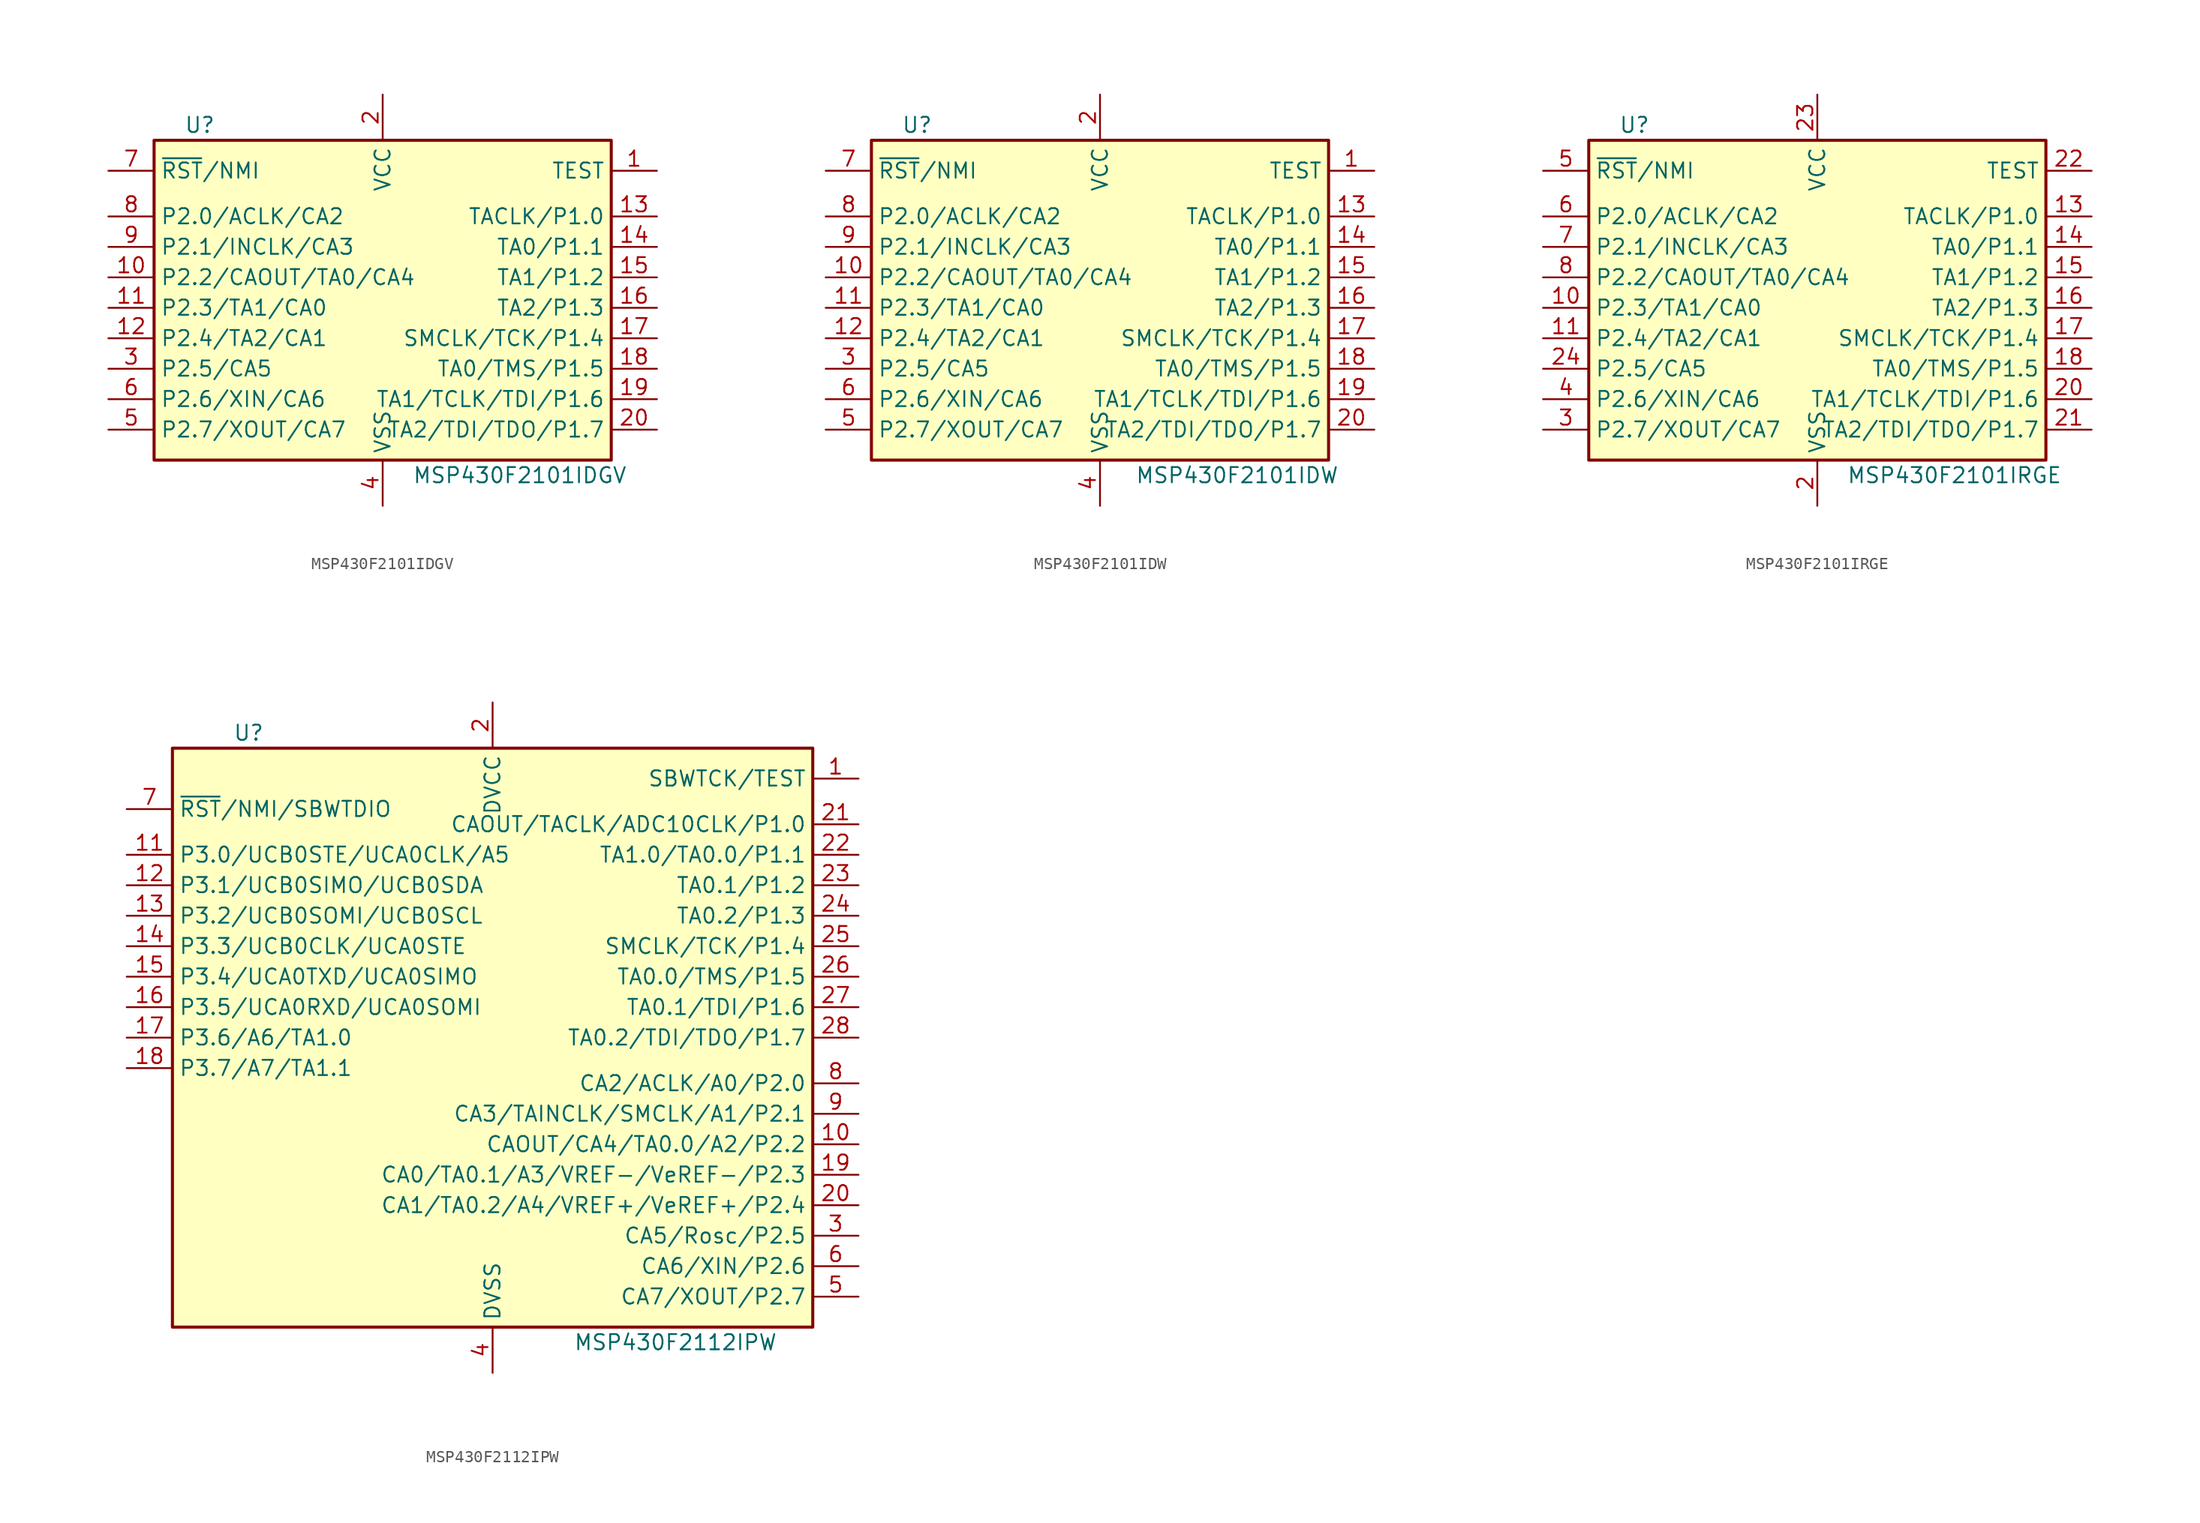
<source format=kicad_sym>
(kicad_symbol_lib
  (version 20241209)
  (generator "kicad_symbol_editor")
  (generator_version "9.0")
  (symbol "MSP430F2101IDGV"
    (property "Reference" "U"
      (at -15.24 15.24 0)
      (effects (font (size 1.27 1.27))))
    (property "Value" "MSP430F2101IDGV"
      (at 11.43 -13.97 0)
      (effects (font (size 1.27 1.27))))
    (symbol "MSP430F2101IDGV_0_1"
      (rectangle (start -19.05 13.97) (end 19.05 -12.7) (stroke (width 0.254) (type default)) (fill (type background))))
    (symbol "MSP430F2101IDGV_1_1"
      (pin input line (at -22.86 11.43 0) (length 3.81) (name "~{RST}/NMI" (effects (font (size 1.27 1.27)))) (number "7" (effects (font (size 1.27 1.27)))))
      (pin bidirectional line (at -22.86 7.62 0) (length 3.81) (name "P2.0/ACLK/CA2" (effects (font (size 1.27 1.27)))) (number "8" (effects (font (size 1.27 1.27)))))
      (pin bidirectional line (at -22.86 5.08 0) (length 3.81) (name "P2.1/INCLK/CA3" (effects (font (size 1.27 1.27)))) (number "9" (effects (font (size 1.27 1.27)))))
      (pin bidirectional line (at -22.86 2.54 0) (length 3.81) (name "P2.2/CAOUT/TA0/CA4" (effects (font (size 1.27 1.27)))) (number "10" (effects (font (size 1.27 1.27)))))
      (pin bidirectional line (at -22.86 0 0) (length 3.81) (name "P2.3/TA1/CA0" (effects (font (size 1.27 1.27)))) (number "11" (effects (font (size 1.27 1.27)))))
      (pin bidirectional line (at -22.86 -2.54 0) (length 3.81) (name "P2.4/TA2/CA1" (effects (font (size 1.27 1.27)))) (number "12" (effects (font (size 1.27 1.27)))))
      (pin bidirectional line (at -22.86 -5.08 0) (length 3.81) (name "P2.5/CA5" (effects (font (size 1.27 1.27)))) (number "3" (effects (font (size 1.27 1.27)))))
      (pin bidirectional line (at -22.86 -7.62 0) (length 3.81) (name "P2.6/XIN/CA6" (effects (font (size 1.27 1.27)))) (number "6" (effects (font (size 1.27 1.27)))))
      (pin bidirectional line (at -22.86 -10.16 0) (length 3.81) (name "P2.7/XOUT/CA7" (effects (font (size 1.27 1.27)))) (number "5" (effects (font (size 1.27 1.27)))))
      (pin power_in line (at 0 17.78 270) (length 3.81) (name "VCC" (effects (font (size 1.27 1.27)))) (number "2" (effects (font (size 1.27 1.27)))))
      (pin power_in line (at 0 -16.51 90) (length 3.81) (name "VSS" (effects (font (size 1.27 1.27)))) (number "4" (effects (font (size 1.27 1.27)))))
      (pin input line (at 22.86 11.43 180) (length 3.81) (name "TEST" (effects (font (size 1.27 1.27)))) (number "1" (effects (font (size 1.27 1.27)))))
      (pin bidirectional line (at 22.86 7.62 180) (length 3.81) (name "TACLK/P1.0" (effects (font (size 1.27 1.27)))) (number "13" (effects (font (size 1.27 1.27)))))
      (pin bidirectional line (at 22.86 5.08 180) (length 3.81) (name "TA0/P1.1" (effects (font (size 1.27 1.27)))) (number "14" (effects (font (size 1.27 1.27)))))
      (pin bidirectional line (at 22.86 2.54 180) (length 3.81) (name "TA1/P1.2" (effects (font (size 1.27 1.27)))) (number "15" (effects (font (size 1.27 1.27)))))
      (pin bidirectional line (at 22.86 0 180) (length 3.81) (name "TA2/P1.3" (effects (font (size 1.27 1.27)))) (number "16" (effects (font (size 1.27 1.27)))))
      (pin bidirectional line (at 22.86 -2.54 180) (length 3.81) (name "SMCLK/TCK/P1.4" (effects (font (size 1.27 1.27)))) (number "17" (effects (font (size 1.27 1.27)))))
      (pin bidirectional line (at 22.86 -5.08 180) (length 3.81) (name "TA0/TMS/P1.5" (effects (font (size 1.27 1.27)))) (number "18" (effects (font (size 1.27 1.27)))))
      (pin bidirectional line (at 22.86 -7.62 180) (length 3.81) (name "TA1/TCLK/TDI/P1.6" (effects (font (size 1.27 1.27)))) (number "19" (effects (font (size 1.27 1.27)))))
      (pin bidirectional line (at 22.86 -10.16 180) (length 3.81) (name "TA2/TDI/TDO/P1.7" (effects (font (size 1.27 1.27)))) (number "20" (effects (font (size 1.27 1.27)))))))
  (symbol "MSP430F2101IDW"
    (property "Reference" "U"
      (at -15.24 15.24 0)
      (effects (font (size 1.27 1.27))))
    (property "Value" "MSP430F2101IDW"
      (at 11.43 -13.97 0)
      (effects (font (size 1.27 1.27))))
    (symbol "MSP430F2101IDW_0_1"
      (rectangle (start -19.05 13.97) (end 19.05 -12.7) (stroke (width 0.254) (type default)) (fill (type background))))
    (symbol "MSP430F2101IDW_1_1"
      (pin input line (at -22.86 11.43 0) (length 3.81) (name "~{RST}/NMI" (effects (font (size 1.27 1.27)))) (number "7" (effects (font (size 1.27 1.27)))))
      (pin bidirectional line (at -22.86 7.62 0) (length 3.81) (name "P2.0/ACLK/CA2" (effects (font (size 1.27 1.27)))) (number "8" (effects (font (size 1.27 1.27)))))
      (pin bidirectional line (at -22.86 5.08 0) (length 3.81) (name "P2.1/INCLK/CA3" (effects (font (size 1.27 1.27)))) (number "9" (effects (font (size 1.27 1.27)))))
      (pin bidirectional line (at -22.86 2.54 0) (length 3.81) (name "P2.2/CAOUT/TA0/CA4" (effects (font (size 1.27 1.27)))) (number "10" (effects (font (size 1.27 1.27)))))
      (pin bidirectional line (at -22.86 0 0) (length 3.81) (name "P2.3/TA1/CA0" (effects (font (size 1.27 1.27)))) (number "11" (effects (font (size 1.27 1.27)))))
      (pin bidirectional line (at -22.86 -2.54 0) (length 3.81) (name "P2.4/TA2/CA1" (effects (font (size 1.27 1.27)))) (number "12" (effects (font (size 1.27 1.27)))))
      (pin bidirectional line (at -22.86 -5.08 0) (length 3.81) (name "P2.5/CA5" (effects (font (size 1.27 1.27)))) (number "3" (effects (font (size 1.27 1.27)))))
      (pin bidirectional line (at -22.86 -7.62 0) (length 3.81) (name "P2.6/XIN/CA6" (effects (font (size 1.27 1.27)))) (number "6" (effects (font (size 1.27 1.27)))))
      (pin bidirectional line (at -22.86 -10.16 0) (length 3.81) (name "P2.7/XOUT/CA7" (effects (font (size 1.27 1.27)))) (number "5" (effects (font (size 1.27 1.27)))))
      (pin power_in line (at 0 17.78 270) (length 3.81) (name "VCC" (effects (font (size 1.27 1.27)))) (number "2" (effects (font (size 1.27 1.27)))))
      (pin power_in line (at 0 -16.51 90) (length 3.81) (name "VSS" (effects (font (size 1.27 1.27)))) (number "4" (effects (font (size 1.27 1.27)))))
      (pin input line (at 22.86 11.43 180) (length 3.81) (name "TEST" (effects (font (size 1.27 1.27)))) (number "1" (effects (font (size 1.27 1.27)))))
      (pin bidirectional line (at 22.86 7.62 180) (length 3.81) (name "TACLK/P1.0" (effects (font (size 1.27 1.27)))) (number "13" (effects (font (size 1.27 1.27)))))
      (pin bidirectional line (at 22.86 5.08 180) (length 3.81) (name "TA0/P1.1" (effects (font (size 1.27 1.27)))) (number "14" (effects (font (size 1.27 1.27)))))
      (pin bidirectional line (at 22.86 2.54 180) (length 3.81) (name "TA1/P1.2" (effects (font (size 1.27 1.27)))) (number "15" (effects (font (size 1.27 1.27)))))
      (pin bidirectional line (at 22.86 0 180) (length 3.81) (name "TA2/P1.3" (effects (font (size 1.27 1.27)))) (number "16" (effects (font (size 1.27 1.27)))))
      (pin bidirectional line (at 22.86 -2.54 180) (length 3.81) (name "SMCLK/TCK/P1.4" (effects (font (size 1.27 1.27)))) (number "17" (effects (font (size 1.27 1.27)))))
      (pin bidirectional line (at 22.86 -5.08 180) (length 3.81) (name "TA0/TMS/P1.5" (effects (font (size 1.27 1.27)))) (number "18" (effects (font (size 1.27 1.27)))))
      (pin bidirectional line (at 22.86 -7.62 180) (length 3.81) (name "TA1/TCLK/TDI/P1.6" (effects (font (size 1.27 1.27)))) (number "19" (effects (font (size 1.27 1.27)))))
      (pin bidirectional line (at 22.86 -10.16 180) (length 3.81) (name "TA2/TDI/TDO/P1.7" (effects (font (size 1.27 1.27)))) (number "20" (effects (font (size 1.27 1.27)))))))
  (symbol "MSP430F2101IRGE"
    (property "Reference" "U"
      (at -15.24 15.24 0)
      (effects (font (size 1.27 1.27))))
    (property "Value" "MSP430F2101IRGE"
      (at 11.43 -13.97 0)
      (effects (font (size 1.27 1.27))))
    (symbol "MSP430F2101IRGE_0_1"
      (rectangle (start -19.05 13.97) (end 19.05 -12.7) (stroke (width 0.254) (type default)) (fill (type background))))
    (symbol "MSP430F2101IRGE_1_1"
      (pin input line (at -22.86 11.43 0) (length 3.81) (name "~{RST}/NMI" (effects (font (size 1.27 1.27)))) (number "5" (effects (font (size 1.27 1.27)))))
      (pin bidirectional line (at -22.86 7.62 0) (length 3.81) (name "P2.0/ACLK/CA2" (effects (font (size 1.27 1.27)))) (number "6" (effects (font (size 1.27 1.27)))))
      (pin bidirectional line (at -22.86 5.08 0) (length 3.81) (name "P2.1/INCLK/CA3" (effects (font (size 1.27 1.27)))) (number "7" (effects (font (size 1.27 1.27)))))
      (pin bidirectional line (at -22.86 2.54 0) (length 3.81) (name "P2.2/CAOUT/TA0/CA4" (effects (font (size 1.27 1.27)))) (number "8" (effects (font (size 1.27 1.27)))))
      (pin bidirectional line (at -22.86 0 0) (length 3.81) (name "P2.3/TA1/CA0" (effects (font (size 1.27 1.27)))) (number "10" (effects (font (size 1.27 1.27)))))
      (pin bidirectional line (at -22.86 -2.54 0) (length 3.81) (name "P2.4/TA2/CA1" (effects (font (size 1.27 1.27)))) (number "11" (effects (font (size 1.27 1.27)))))
      (pin bidirectional line (at -22.86 -5.08 0) (length 3.81) (name "P2.5/CA5" (effects (font (size 1.27 1.27)))) (number "24" (effects (font (size 1.27 1.27)))))
      (pin bidirectional line (at -22.86 -7.62 0) (length 3.81) (name "P2.6/XIN/CA6" (effects (font (size 1.27 1.27)))) (number "4" (effects (font (size 1.27 1.27)))))
      (pin bidirectional line (at -22.86 -10.16 0) (length 3.81) (name "P2.7/XOUT/CA7" (effects (font (size 1.27 1.27)))) (number "3" (effects (font (size 1.27 1.27)))))
      (pin power_in line (at 0 17.78 270) (length 3.81) (name "VCC" (effects (font (size 1.27 1.27)))) (number "23" (effects (font (size 1.27 1.27)))))
      (pin power_in line (at 0 -16.51 90) (length 3.81) (name "VSS" (effects (font (size 1.27 1.27)))) (number "2" (effects (font (size 1.27 1.27)))))
      (pin input line (at 22.86 11.43 180) (length 3.81) (name "TEST" (effects (font (size 1.27 1.27)))) (number "22" (effects (font (size 1.27 1.27)))))
      (pin bidirectional line (at 22.86 7.62 180) (length 3.81) (name "TACLK/P1.0" (effects (font (size 1.27 1.27)))) (number "13" (effects (font (size 1.27 1.27)))))
      (pin bidirectional line (at 22.86 5.08 180) (length 3.81) (name "TA0/P1.1" (effects (font (size 1.27 1.27)))) (number "14" (effects (font (size 1.27 1.27)))))
      (pin bidirectional line (at 22.86 2.54 180) (length 3.81) (name "TA1/P1.2" (effects (font (size 1.27 1.27)))) (number "15" (effects (font (size 1.27 1.27)))))
      (pin bidirectional line (at 22.86 0 180) (length 3.81) (name "TA2/P1.3" (effects (font (size 1.27 1.27)))) (number "16" (effects (font (size 1.27 1.27)))))
      (pin bidirectional line (at 22.86 -2.54 180) (length 3.81) (name "SMCLK/TCK/P1.4" (effects (font (size 1.27 1.27)))) (number "17" (effects (font (size 1.27 1.27)))))
      (pin bidirectional line (at 22.86 -5.08 180) (length 3.81) (name "TA0/TMS/P1.5" (effects (font (size 1.27 1.27)))) (number "18" (effects (font (size 1.27 1.27)))))
      (pin bidirectional line (at 22.86 -7.62 180) (length 3.81) (name "TA1/TCLK/TDI/P1.6" (effects (font (size 1.27 1.27)))) (number "20" (effects (font (size 1.27 1.27)))))
      (pin bidirectional line (at 22.86 -10.16 180) (length 3.81) (name "TA2/TDI/TDO/P1.7" (effects (font (size 1.27 1.27)))) (number "21" (effects (font (size 1.27 1.27)))))))
  (symbol "MSP430F2112IPW"
    (property "Reference" "U"
      (at -20.32 25.4 0)
      (effects (font (size 1.27 1.27))))
    (property "Value" "MSP430F2112IPW"
      (at 15.24 -25.4 0)
      (effects (font (size 1.27 1.27))))
    (symbol "MSP430F2112IPW_0_1"
      (rectangle (start -26.67 24.13) (end 26.67 -24.13) (stroke (width 0.254) (type default)) (fill (type background))))
    (symbol "MSP430F2112IPW_1_1"
      (pin bidirectional line (at -30.48 19.05 0) (length 3.81) (name "~{RST}/NMI/SBWTDIO" (effects (font (size 1.27 1.27)))) (number "7" (effects (font (size 1.27 1.27)))))
      (pin bidirectional line (at -30.48 15.24 0) (length 3.81) (name "P3.0/UCB0STE/UCA0CLK/A5" (effects (font (size 1.27 1.27)))) (number "11" (effects (font (size 1.27 1.27)))))
      (pin bidirectional line (at -30.48 12.7 0) (length 3.81) (name "P3.1/UCB0SIMO/UCB0SDA" (effects (font (size 1.27 1.27)))) (number "12" (effects (font (size 1.27 1.27)))))
      (pin bidirectional line (at -30.48 10.16 0) (length 3.81) (name "P3.2/UCB0SOMI/UCB0SCL" (effects (font (size 1.27 1.27)))) (number "13" (effects (font (size 1.27 1.27)))))
      (pin bidirectional line (at -30.48 7.62 0) (length 3.81) (name "P3.3/UCB0CLK/UCA0STE" (effects (font (size 1.27 1.27)))) (number "14" (effects (font (size 1.27 1.27)))))
      (pin bidirectional line (at -30.48 5.08 0) (length 3.81) (name "P3.4/UCA0TXD/UCA0SIMO" (effects (font (size 1.27 1.27)))) (number "15" (effects (font (size 1.27 1.27)))))
      (pin bidirectional line (at -30.48 2.54 0) (length 3.81) (name "P3.5/UCA0RXD/UCA0SOMI" (effects (font (size 1.27 1.27)))) (number "16" (effects (font (size 1.27 1.27)))))
      (pin bidirectional line (at -30.48 0 0) (length 3.81) (name "P3.6/A6/TA1.0" (effects (font (size 1.27 1.27)))) (number "17" (effects (font (size 1.27 1.27)))))
      (pin bidirectional line (at -30.48 -2.54 0) (length 3.81) (name "P3.7/A7/TA1.1" (effects (font (size 1.27 1.27)))) (number "18" (effects (font (size 1.27 1.27)))))
      (pin power_in line (at 0 27.94 270) (length 3.81) (name "DVCC" (effects (font (size 1.27 1.27)))) (number "2" (effects (font (size 1.27 1.27)))))
      (pin power_in line (at 0 -27.94 90) (length 3.81) (name "DVSS" (effects (font (size 1.27 1.27)))) (number "4" (effects (font (size 1.27 1.27)))))
      (pin input line (at 30.48 21.59 180) (length 3.81) (name "SBWTCK/TEST" (effects (font (size 1.27 1.27)))) (number "1" (effects (font (size 1.27 1.27)))))
      (pin bidirectional line (at 30.48 17.78 180) (length 3.81) (name "CAOUT/TACLK/ADC10CLK/P1.0" (effects (font (size 1.27 1.27)))) (number "21" (effects (font (size 1.27 1.27)))))
      (pin bidirectional line (at 30.48 15.24 180) (length 3.81) (name "TA1.0/TA0.0/P1.1" (effects (font (size 1.27 1.27)))) (number "22" (effects (font (size 1.27 1.27)))))
      (pin bidirectional line (at 30.48 12.7 180) (length 3.81) (name "TA0.1/P1.2" (effects (font (size 1.27 1.27)))) (number "23" (effects (font (size 1.27 1.27)))))
      (pin bidirectional line (at 30.48 10.16 180) (length 3.81) (name "TA0.2/P1.3" (effects (font (size 1.27 1.27)))) (number "24" (effects (font (size 1.27 1.27)))))
      (pin bidirectional line (at 30.48 7.62 180) (length 3.81) (name "SMCLK/TCK/P1.4" (effects (font (size 1.27 1.27)))) (number "25" (effects (font (size 1.27 1.27)))))
      (pin bidirectional line (at 30.48 5.08 180) (length 3.81) (name "TA0.0/TMS/P1.5" (effects (font (size 1.27 1.27)))) (number "26" (effects (font (size 1.27 1.27)))))
      (pin bidirectional line (at 30.48 2.54 180) (length 3.81) (name "TA0.1/TDI/P1.6" (effects (font (size 1.27 1.27)))) (number "27" (effects (font (size 1.27 1.27)))))
      (pin bidirectional line (at 30.48 0 180) (length 3.81) (name "TA0.2/TDI/TDO/P1.7" (effects (font (size 1.27 1.27)))) (number "28" (effects (font (size 1.27 1.27)))))
      (pin bidirectional line (at 30.48 -3.81 180) (length 3.81) (name "CA2/ACLK/A0/P2.0" (effects (font (size 1.27 1.27)))) (number "8" (effects (font (size 1.27 1.27)))))
      (pin bidirectional line (at 30.48 -6.35 180) (length 3.81) (name "CA3/TAINCLK/SMCLK/A1/P2.1" (effects (font (size 1.27 1.27)))) (number "9" (effects (font (size 1.27 1.27)))))
      (pin bidirectional line (at 30.48 -8.89 180) (length 3.81) (name "CAOUT/CA4/TA0.0/A2/P2.2" (effects (font (size 1.27 1.27)))) (number "10" (effects (font (size 1.27 1.27)))))
      (pin bidirectional line (at 30.48 -11.43 180) (length 3.81) (name "CA0/TA0.1/A3/VREF-/VeREF-/P2.3" (effects (font (size 1.27 1.27)))) (number "19" (effects (font (size 1.27 1.27)))))
      (pin bidirectional line (at 30.48 -13.97 180) (length 3.81) (name "CA1/TA0.2/A4/VREF+/VeREF+/P2.4" (effects (font (size 1.27 1.27)))) (number "20" (effects (font (size 1.27 1.27)))))
      (pin bidirectional line (at 30.48 -16.51 180) (length 3.81) (name "CA5/Rosc/P2.5" (effects (font (size 1.27 1.27)))) (number "3" (effects (font (size 1.27 1.27)))))
      (pin bidirectional line (at 30.48 -19.05 180) (length 3.81) (name "CA6/XIN/P2.6" (effects (font (size 1.27 1.27)))) (number "6" (effects (font (size 1.27 1.27)))))
      (pin bidirectional line (at 30.48 -21.59 180) (length 3.81) (name "CA7/XOUT/P2.7" (effects (font (size 1.27 1.27)))) (number "5" (effects (font (size 1.27 1.27))))))))
</source>
